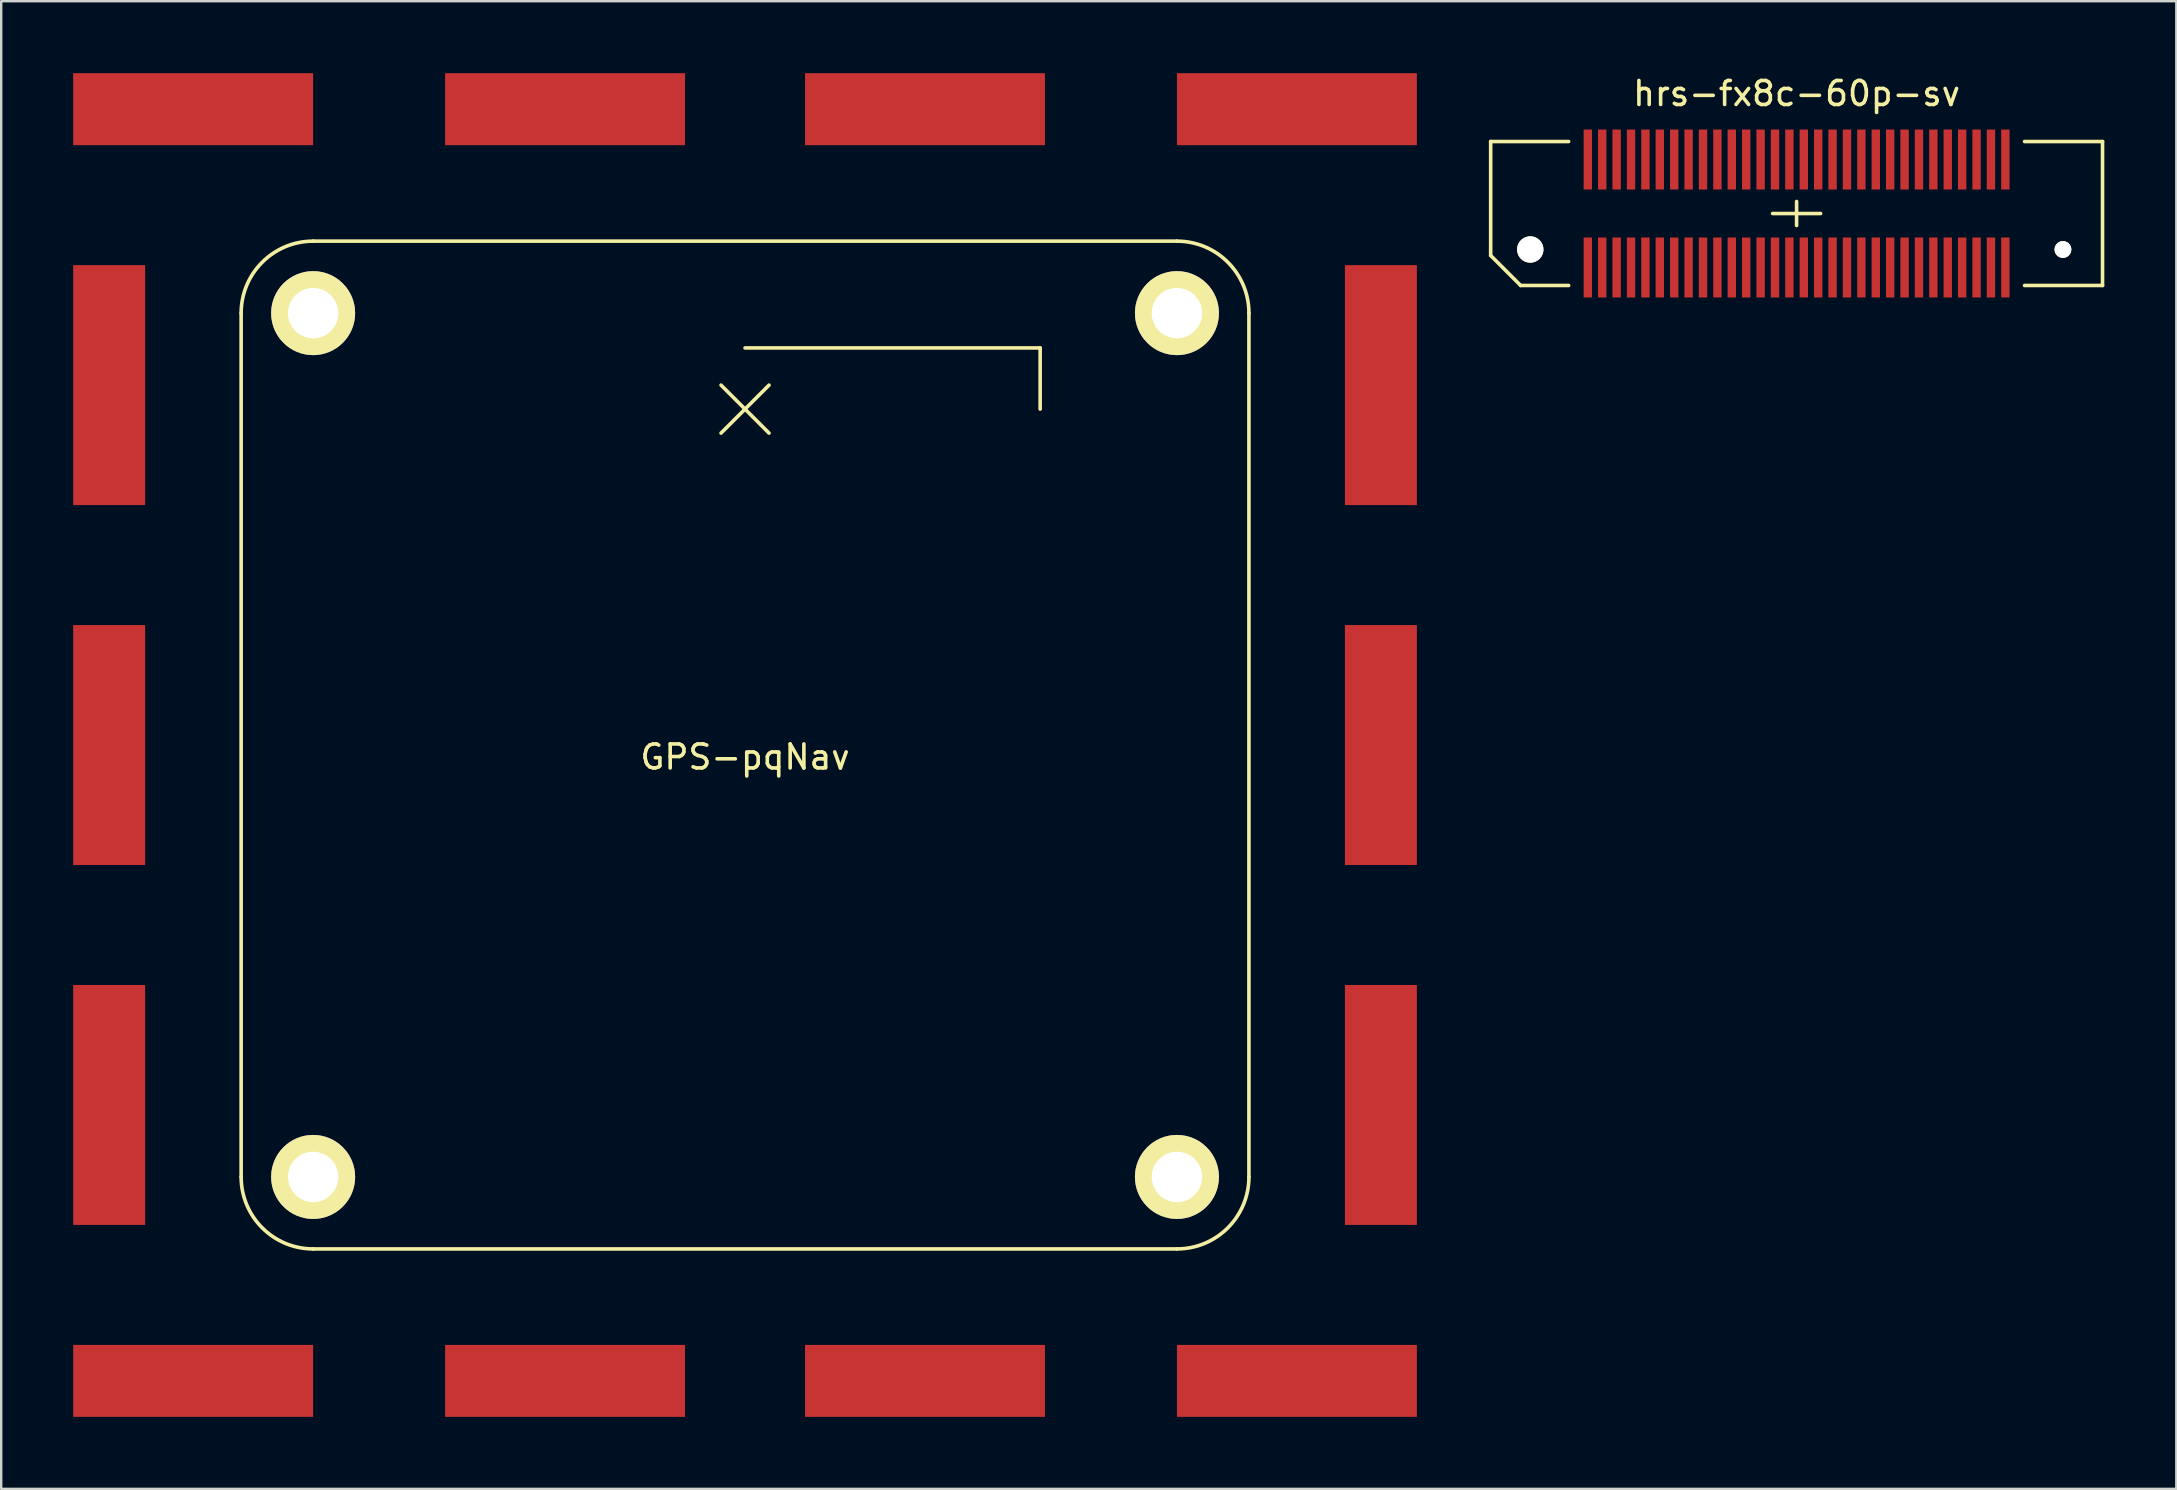
<source format=kicad_pcb>
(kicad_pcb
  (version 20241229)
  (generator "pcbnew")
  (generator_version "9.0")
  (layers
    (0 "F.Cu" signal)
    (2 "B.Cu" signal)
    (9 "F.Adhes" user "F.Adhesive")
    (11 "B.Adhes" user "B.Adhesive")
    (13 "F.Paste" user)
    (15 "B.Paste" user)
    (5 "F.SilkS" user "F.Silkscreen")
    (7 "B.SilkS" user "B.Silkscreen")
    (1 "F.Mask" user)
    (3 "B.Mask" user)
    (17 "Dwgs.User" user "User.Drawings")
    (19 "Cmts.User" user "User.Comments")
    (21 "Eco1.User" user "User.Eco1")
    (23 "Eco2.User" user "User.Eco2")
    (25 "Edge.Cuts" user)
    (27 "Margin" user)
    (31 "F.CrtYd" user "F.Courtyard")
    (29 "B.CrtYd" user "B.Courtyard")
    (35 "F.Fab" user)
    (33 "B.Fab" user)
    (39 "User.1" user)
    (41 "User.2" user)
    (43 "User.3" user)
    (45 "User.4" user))
  (footprint "GPS-pqNav"
    (layer "F.Cu")
    (at 28 28)
    (property "Reference" "GPS-pqNav" (at 0 0.5 0) (layer "F.SilkS") (effects (font (size 1 1) (thickness 0.15))))
    (attr through_hole)
    (fp_line (start -21 -18) (end -21 18) (stroke (width 0.15) (type solid)) (layer "F.SilkS"))
    (fp_line (start -18 21) (end 18 21) (stroke (width 0.15) (type solid)) (layer "F.SilkS"))
    (fp_line (start 0 -16.55) (end 12.3 -16.55) (stroke (width 0.15) (type solid)) (layer "F.SilkS"))
    (fp_line (start 0 -14) (end -1 -15) (stroke (width 0.15) (type solid)) (layer "F.SilkS"))
    (fp_line (start 0 -14) (end -1 -13) (stroke (width 0.15) (type solid)) (layer "F.SilkS"))
    (fp_line (start 0 -14) (end 1 -15) (stroke (width 0.15) (type solid)) (layer "F.SilkS"))
    (fp_line (start 0 -14) (end 1 -13) (stroke (width 0.15) (type solid)) (layer "F.SilkS"))
    (fp_line (start 12.3 -16.55) (end 12.3 -14) (stroke (width 0.15) (type solid)) (layer "F.SilkS"))
    (fp_line (start 18 -21) (end -18 -21) (stroke (width 0.15) (type solid)) (layer "F.SilkS"))
    (fp_line (start 21 18) (end 21 -18) (stroke (width 0.15) (type solid)) (layer "F.SilkS"))
    (fp_arc (start -21 -18) (mid -20.12132 -20.12132) (end -18 -21) (stroke (width 0.15) (type solid)) (layer "F.SilkS"))
    (fp_arc (start -18 21) (mid -20.12132 20.12132) (end -21 18) (stroke (width 0.15) (type solid)) (layer "F.SilkS"))
    (fp_arc (start 18 -21) (mid 20.12132 -20.12132) (end 21 -18) (stroke (width 0.15) (type solid)) (layer "F.SilkS"))
    (fp_arc (start 21 18) (mid 20.12132 20.12132) (end 18 21) (stroke (width 0.15) (type solid)) (layer "F.SilkS"))
    (pad "1" smd rect (at -26.5 -15) (size 3 10) (layers "F.Cu" "F.Mask" "F.Paste"))
    (pad "1" smd rect (at -26.5 0) (size 3 10) (layers "F.Cu" "F.Mask" "F.Paste"))
    (pad "1" smd rect (at -26.5 15) (size 3 10) (layers "F.Cu" "F.Mask" "F.Paste"))
    (pad "1" smd rect (at -23 -26.5 90) (size 3 10) (layers "F.Cu" "F.Mask" "F.Paste"))
    (pad "1" smd rect (at -23 26.5 90) (size 3 10) (layers "F.Cu" "F.Mask" "F.Paste"))
    (pad "1" thru_hole circle (at -18 -18) (size 3.5 3.5) (drill 2.1) (layers "*.Cu" "*.Mask" "F.SilkS"))
    (pad "1" thru_hole circle (at -18 18) (size 3.5 3.5) (drill 2.1) (layers "*.Cu" "*.Mask" "F.SilkS"))
    (pad "1" smd rect (at -7.5 -26.5 270) (size 3 10) (layers "F.Cu" "F.Mask" "F.Paste"))
    (pad "1" smd rect (at -7.5 26.5 270) (size 3 10) (layers "F.Cu" "F.Mask" "F.Paste"))
    (pad "1" smd rect (at 7.5 -26.5 90) (size 3 10) (layers "F.Cu" "F.Mask" "F.Paste"))
    (pad "1" smd rect (at 7.5 26.5 90) (size 3 10) (layers "F.Cu" "F.Mask" "F.Paste"))
    (pad "1" thru_hole circle (at 18 -18) (size 3.5 3.5) (drill 2.1) (layers "*.Cu" "*.Mask" "F.SilkS"))
    (pad "1" thru_hole circle (at 18 18) (size 3.5 3.5) (drill 2.1) (layers "*.Cu" "*.Mask" "F.SilkS"))
    (pad "1" smd rect (at 23 -26.5 90) (size 3 10) (layers "F.Cu" "F.Mask" "F.Paste"))
    (pad "1" smd rect (at 23 26.5 90) (size 3 10) (layers "F.Cu" "F.Mask" "F.Paste"))
    (pad "1" smd rect (at 26.5 -15) (size 3 10) (layers "F.Cu" "F.Mask" "F.Paste"))
    (pad "1" smd rect (at 26.5 0) (size 3 10) (layers "F.Cu" "F.Mask" "F.Paste"))
    (pad "1" smd rect (at 26.5 15) (size 3 10) (layers "F.Cu" "F.Mask" "F.Paste")))
  (footprint "hrs-fx8c-60p-sv"
    (layer "F.Cu")
    (at 71.825 5.848)
    (property "Reference" "hrs-fx8c-60p-sv" (at 0 -5 0) (layer "F.SilkS") (effects (font (size 1 1) (thickness 0.15))))
    (attr through_hole)
    (fp_line (start -12.75 -3) (end -12.75 1.75) (stroke (width 0.15) (type solid)) (layer "F.SilkS"))
    (fp_line (start -11.5 3) (end -12.75 1.75) (stroke (width 0.15) (type solid)) (layer "F.SilkS"))
    (fp_line (start -11.5 3) (end -9.5 3) (stroke (width 0.15) (type solid)) (layer "F.SilkS"))
    (fp_line (start -9.5 -3) (end -12.75 -3) (stroke (width 0.15) (type solid)) (layer "F.SilkS"))
    (fp_line (start 0 0) (end -1 0) (stroke (width 0.15) (type solid)) (layer "F.SilkS"))
    (fp_line (start 0 0) (end 0 -0.5) (stroke (width 0.15) (type solid)) (layer "F.SilkS"))
    (fp_line (start 0 0) (end 0 0.5) (stroke (width 0.15) (type solid)) (layer "F.SilkS"))
    (fp_line (start 0 0) (end 1 0) (stroke (width 0.15) (type solid)) (layer "F.SilkS"))
    (fp_line (start 9.5 -3) (end 12.75 -3) (stroke (width 0.15) (type solid)) (layer "F.SilkS"))
    (fp_line (start 12.75 -3) (end 12.75 3) (stroke (width 0.15) (type solid)) (layer "F.SilkS"))
    (fp_line (start 12.75 3) (end 9.5 3) (stroke (width 0.15) (type solid)) (layer "F.SilkS"))
    (pad "" np_thru_hole circle (at -11.1 1.5) (size 1.1 1.1) (drill 1.1) (layers "*.Cu" "*.Mask" "F.SilkS"))
    (pad "" np_thru_hole circle (at 11.1 1.5) (size 0.7 0.7) (drill 0.7) (layers "*.Cu" "*.Mask" "F.SilkS"))
    (pad "1" smd rect (at -8.7 2.25) (size 0.35 2.5) (layers "F.Cu" "F.Mask" "F.Paste"))
    (pad "2" smd rect (at -8.1 2.25) (size 0.35 2.5) (layers "F.Cu" "F.Mask" "F.Paste"))
    (pad "3" smd rect (at -7.5 2.25) (size 0.35 2.5) (layers "F.Cu" "F.Mask" "F.Paste"))
    (pad "4" smd rect (at -6.9 2.25) (size 0.35 2.5) (layers "F.Cu" "F.Mask" "F.Paste"))
    (pad "5" smd rect (at -6.3 2.25) (size 0.35 2.5) (layers "F.Cu" "F.Mask" "F.Paste"))
    (pad "6" smd rect (at -5.7 2.25) (size 0.35 2.5) (layers "F.Cu" "F.Mask" "F.Paste"))
    (pad "7" smd rect (at -5.1 2.25) (size 0.35 2.5) (layers "F.Cu" "F.Mask" "F.Paste"))
    (pad "8" smd rect (at -4.5 2.25) (size 0.35 2.5) (layers "F.Cu" "F.Mask" "F.Paste"))
    (pad "9" smd rect (at -3.9 2.25) (size 0.35 2.5) (layers "F.Cu" "F.Mask" "F.Paste"))
    (pad "10" smd rect (at -3.3 2.25) (size 0.35 2.5) (layers "F.Cu" "F.Mask" "F.Paste"))
    (pad "11" smd rect (at -2.7 2.25) (size 0.35 2.5) (layers "F.Cu" "F.Mask" "F.Paste"))
    (pad "12" smd rect (at -2.1 2.25) (size 0.35 2.5) (layers "F.Cu" "F.Mask" "F.Paste"))
    (pad "13" smd rect (at -1.5 2.25) (size 0.35 2.5) (layers "F.Cu" "F.Mask" "F.Paste"))
    (pad "14" smd rect (at -0.9 2.25) (size 0.35 2.5) (layers "F.Cu" "F.Mask" "F.Paste"))
    (pad "15" smd rect (at -0.3 2.25) (size 0.35 2.5) (layers "F.Cu" "F.Mask" "F.Paste"))
    (pad "16" smd rect (at 0.3 2.25) (size 0.35 2.5) (layers "F.Cu" "F.Mask" "F.Paste"))
    (pad "17" smd rect (at 0.9 2.25) (size 0.35 2.5) (layers "F.Cu" "F.Mask" "F.Paste"))
    (pad "18" smd rect (at 1.5 2.25) (size 0.35 2.5) (layers "F.Cu" "F.Mask" "F.Paste"))
    (pad "19" smd rect (at 2.1 2.25) (size 0.35 2.5) (layers "F.Cu" "F.Mask" "F.Paste"))
    (pad "20" smd rect (at 2.7 2.25) (size 0.35 2.5) (layers "F.Cu" "F.Mask" "F.Paste"))
    (pad "21" smd rect (at 3.3 2.25) (size 0.35 2.5) (layers "F.Cu" "F.Mask" "F.Paste"))
    (pad "22" smd rect (at 3.9 2.25) (size 0.35 2.5) (layers "F.Cu" "F.Mask" "F.Paste"))
    (pad "23" smd rect (at 4.5 2.25) (size 0.35 2.5) (layers "F.Cu" "F.Mask" "F.Paste"))
    (pad "24" smd rect (at 5.1 2.25) (size 0.35 2.5) (layers "F.Cu" "F.Mask" "F.Paste"))
    (pad "25" smd rect (at 5.7 2.25) (size 0.35 2.5) (layers "F.Cu" "F.Mask" "F.Paste"))
    (pad "26" smd rect (at 6.3 2.25) (size 0.35 2.5) (layers "F.Cu" "F.Mask" "F.Paste"))
    (pad "27" smd rect (at 6.9 2.25) (size 0.35 2.5) (layers "F.Cu" "F.Mask" "F.Paste"))
    (pad "28" smd rect (at 7.5 2.25) (size 0.35 2.5) (layers "F.Cu" "F.Mask" "F.Paste"))
    (pad "29" smd rect (at 8.1 2.25) (size 0.35 2.5) (layers "F.Cu" "F.Mask" "F.Paste"))
    (pad "30" smd rect (at 8.7 2.25) (size 0.35 2.5) (layers "F.Cu" "F.Mask" "F.Paste"))
    (pad "31" smd rect (at 8.7 -2.25) (size 0.35 2.5) (layers "F.Cu" "F.Mask" "F.Paste"))
    (pad "32" smd rect (at 8.1 -2.25) (size 0.35 2.5) (layers "F.Cu" "F.Mask" "F.Paste"))
    (pad "33" smd rect (at 7.5 -2.25) (size 0.35 2.5) (layers "F.Cu" "F.Mask" "F.Paste"))
    (pad "34" smd rect (at 6.9 -2.25) (size 0.35 2.5) (layers "F.Cu" "F.Mask" "F.Paste"))
    (pad "35" smd rect (at 6.3 -2.25) (size 0.35 2.5) (layers "F.Cu" "F.Mask" "F.Paste"))
    (pad "36" smd rect (at 5.7 -2.25) (size 0.35 2.5) (layers "F.Cu" "F.Mask" "F.Paste"))
    (pad "37" smd rect (at 5.1 -2.25) (size 0.35 2.5) (layers "F.Cu" "F.Mask" "F.Paste"))
    (pad "38" smd rect (at 4.5 -2.25) (size 0.35 2.5) (layers "F.Cu" "F.Mask" "F.Paste"))
    (pad "39" smd rect (at 3.9 -2.25) (size 0.35 2.5) (layers "F.Cu" "F.Mask" "F.Paste"))
    (pad "40" smd rect (at 3.3 -2.25) (size 0.35 2.5) (layers "F.Cu" "F.Mask" "F.Paste"))
    (pad "41" smd rect (at 2.7 -2.25) (size 0.35 2.5) (layers "F.Cu" "F.Mask" "F.Paste"))
    (pad "42" smd rect (at 2.1 -2.25) (size 0.35 2.5) (layers "F.Cu" "F.Mask" "F.Paste"))
    (pad "43" smd rect (at 1.5 -2.25) (size 0.35 2.5) (layers "F.Cu" "F.Mask" "F.Paste"))
    (pad "44" smd rect (at 0.9 -2.25) (size 0.35 2.5) (layers "F.Cu" "F.Mask" "F.Paste"))
    (pad "45" smd rect (at 0.3 -2.25) (size 0.35 2.5) (layers "F.Cu" "F.Mask" "F.Paste"))
    (pad "46" smd rect (at -0.3 -2.25) (size 0.35 2.5) (layers "F.Cu" "F.Mask" "F.Paste"))
    (pad "47" smd rect (at -0.9 -2.25) (size 0.35 2.5) (layers "F.Cu" "F.Mask" "F.Paste"))
    (pad "48" smd rect (at -1.5 -2.25) (size 0.35 2.5) (layers "F.Cu" "F.Mask" "F.Paste"))
    (pad "49" smd rect (at -2.1 -2.25) (size 0.35 2.5) (layers "F.Cu" "F.Mask" "F.Paste"))
    (pad "50" smd rect (at -2.7 -2.25) (size 0.35 2.5) (layers "F.Cu" "F.Mask" "F.Paste"))
    (pad "51" smd rect (at -3.3 -2.25) (size 0.35 2.5) (layers "F.Cu" "F.Mask" "F.Paste"))
    (pad "52" smd rect (at -3.9 -2.25) (size 0.35 2.5) (layers "F.Cu" "F.Mask" "F.Paste"))
    (pad "53" smd rect (at -4.5 -2.25) (size 0.35 2.5) (layers "F.Cu" "F.Mask" "F.Paste"))
    (pad "54" smd rect (at -5.1 -2.25) (size 0.35 2.5) (layers "F.Cu" "F.Mask" "F.Paste"))
    (pad "55" smd rect (at -5.7 -2.25) (size 0.35 2.5) (layers "F.Cu" "F.Mask" "F.Paste"))
    (pad "56" smd rect (at -6.3 -2.25) (size 0.35 2.5) (layers "F.Cu" "F.Mask" "F.Paste"))
    (pad "57" smd rect (at -6.9 -2.25) (size 0.35 2.5) (layers "F.Cu" "F.Mask" "F.Paste"))
    (pad "58" smd rect (at -7.5 -2.25) (size 0.35 2.5) (layers "F.Cu" "F.Mask" "F.Paste"))
    (pad "59" smd rect (at -8.1 -2.25) (size 0.35 2.5) (layers "F.Cu" "F.Mask" "F.Paste"))
    (pad "60" smd rect (at -8.7 -2.25) (size 0.35 2.5) (layers "F.Cu" "F.Mask" "F.Paste")))
  (gr_rect
    (start -3 -3)
    (end 87.65 59)
    (stroke (width 0.1) (type default))
    (fill no)
    (layer "Edge.Cuts")))
</source>
